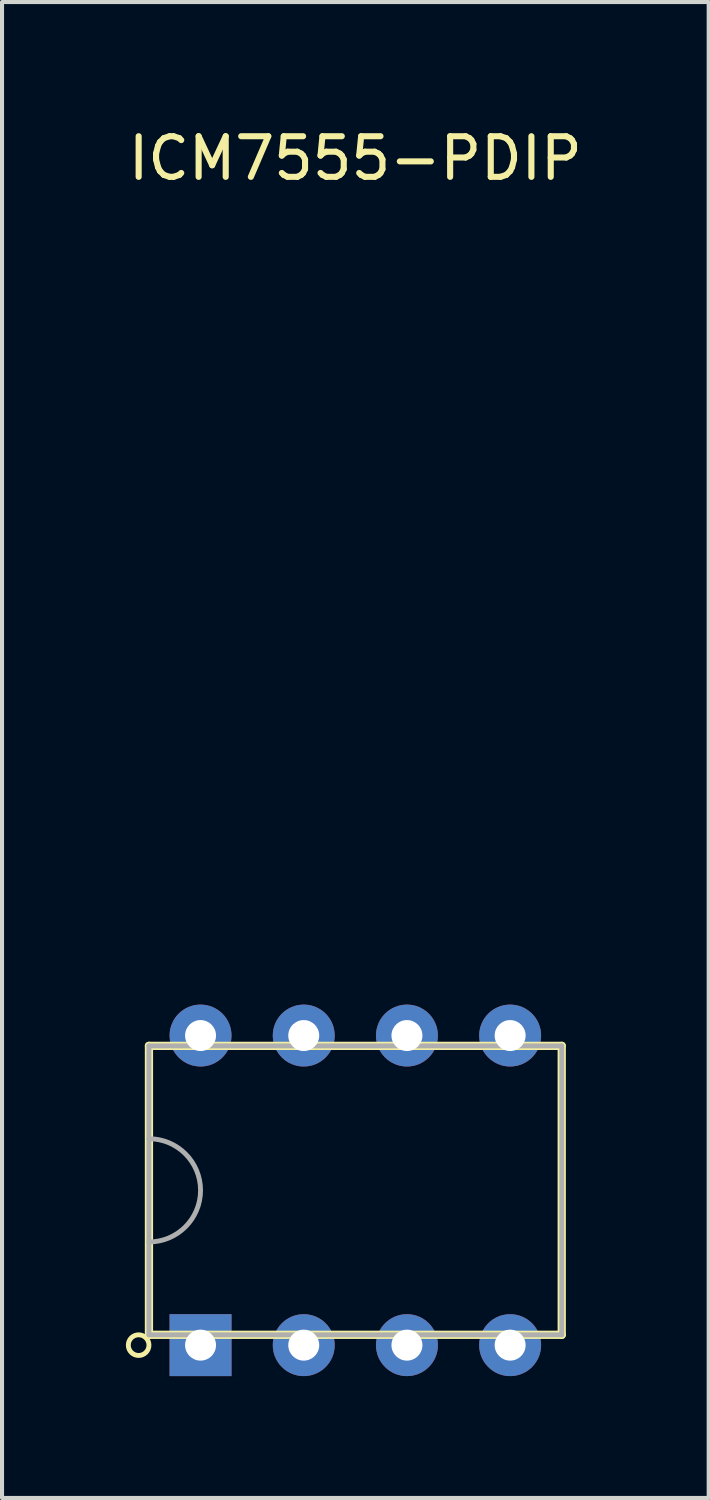
<source format=kicad_pcb>
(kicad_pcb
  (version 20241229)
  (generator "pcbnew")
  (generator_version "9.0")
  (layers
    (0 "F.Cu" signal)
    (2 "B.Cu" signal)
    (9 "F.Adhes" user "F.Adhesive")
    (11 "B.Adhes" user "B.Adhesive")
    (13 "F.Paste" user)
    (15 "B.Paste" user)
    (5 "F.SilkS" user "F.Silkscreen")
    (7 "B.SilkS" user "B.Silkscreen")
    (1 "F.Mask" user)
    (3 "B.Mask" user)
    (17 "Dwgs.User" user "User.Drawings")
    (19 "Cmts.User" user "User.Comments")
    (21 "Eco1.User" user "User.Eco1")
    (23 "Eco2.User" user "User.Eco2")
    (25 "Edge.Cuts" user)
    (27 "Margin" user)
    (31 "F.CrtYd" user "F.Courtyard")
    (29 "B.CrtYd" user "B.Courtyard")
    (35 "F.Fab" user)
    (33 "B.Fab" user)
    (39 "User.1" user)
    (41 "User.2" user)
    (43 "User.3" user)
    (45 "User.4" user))
  (footprint "ICM7555-PDIP"
    (layer "F.Cu")
    (at 5.696 26.248)
    (property "Reference" "ICM7555-PDIP" (at 0 -25.4 0) (layer "F.SilkS") (effects (font (size 1 1) (thickness 0.15))))
    (attr through_hole)
    (fp_line (start -5.08 -3.556) (end 5.08 -3.556) (stroke (width 0.203) (type solid)) (layer "F.SilkS"))
    (fp_line (start -5.08 3.556) (end -5.08 -3.556) (stroke (width 0.203) (type solid)) (layer "F.SilkS"))
    (fp_line (start 5.08 -3.556) (end 5.08 3.556) (stroke (width 0.203) (type solid)) (layer "F.SilkS"))
    (fp_line (start 5.08 3.556) (end -5.08 3.556) (stroke (width 0.203) (type solid)) (layer "F.SilkS"))
    (fp_circle (center -5.334 3.81) (end -5.08 3.81) (stroke (width 0.12) (type solid)) (fill no) (layer "F.SilkS"))
    (fp_line (start -5.08 -3.556) (end 5.08 -3.556) (stroke (width 0.12) (type solid)) (layer "F.Fab"))
    (fp_line (start -5.08 3.556) (end -5.08 -3.556) (stroke (width 0.12) (type solid)) (layer "F.Fab"))
    (fp_line (start 5.08 3.556) (end -5.08 3.556) (stroke (width 0.12) (type solid)) (layer "F.Fab"))
    (fp_line (start 5.08 3.556) (end 5.08 -3.556) (stroke (width 0.12) (type solid)) (layer "F.Fab"))
    (fp_arc (start -5.08 -1.27) (mid -3.81 0) (end -5.08 1.27) (stroke (width 0.12) (type solid)) (layer "F.Fab"))
    (pad "1" thru_hole rect (at -3.81 3.81) (size 1.524 1.524) (drill 0.762) (layers "*.Cu" "*.Mask"))
    (pad "2" thru_hole circle (at -1.27 3.81) (size 1.524 1.524) (drill 0.762) (layers "*.Cu" "*.Mask"))
    (pad "3" thru_hole circle (at 1.27 3.81) (size 1.524 1.524) (drill 0.762) (layers "*.Cu" "*.Mask"))
    (pad "4" thru_hole circle (at 3.81 3.81) (size 1.524 1.524) (drill 0.762) (layers "*.Cu" "*.Mask"))
    (pad "5" thru_hole circle (at 3.81 -3.81) (size 1.524 1.524) (drill 0.762) (layers "*.Cu" "*.Mask"))
    (pad "6" thru_hole circle (at 1.27 -3.81) (size 1.524 1.524) (drill 0.762) (layers "*.Cu" "*.Mask"))
    (pad "7" thru_hole circle (at -1.27 -3.81) (size 1.524 1.524) (drill 0.762) (layers "*.Cu" "*.Mask"))
    (pad "8" thru_hole circle (at -3.81 -3.81) (size 1.524 1.524) (drill 0.762) (layers "*.Cu" "*.Mask")))
  (gr_rect
    (start -3 -3)
    (end 14.393 33.82)
    (stroke (width 0.1) (type default))
    (fill no)
    (layer "Edge.Cuts")))
</source>
